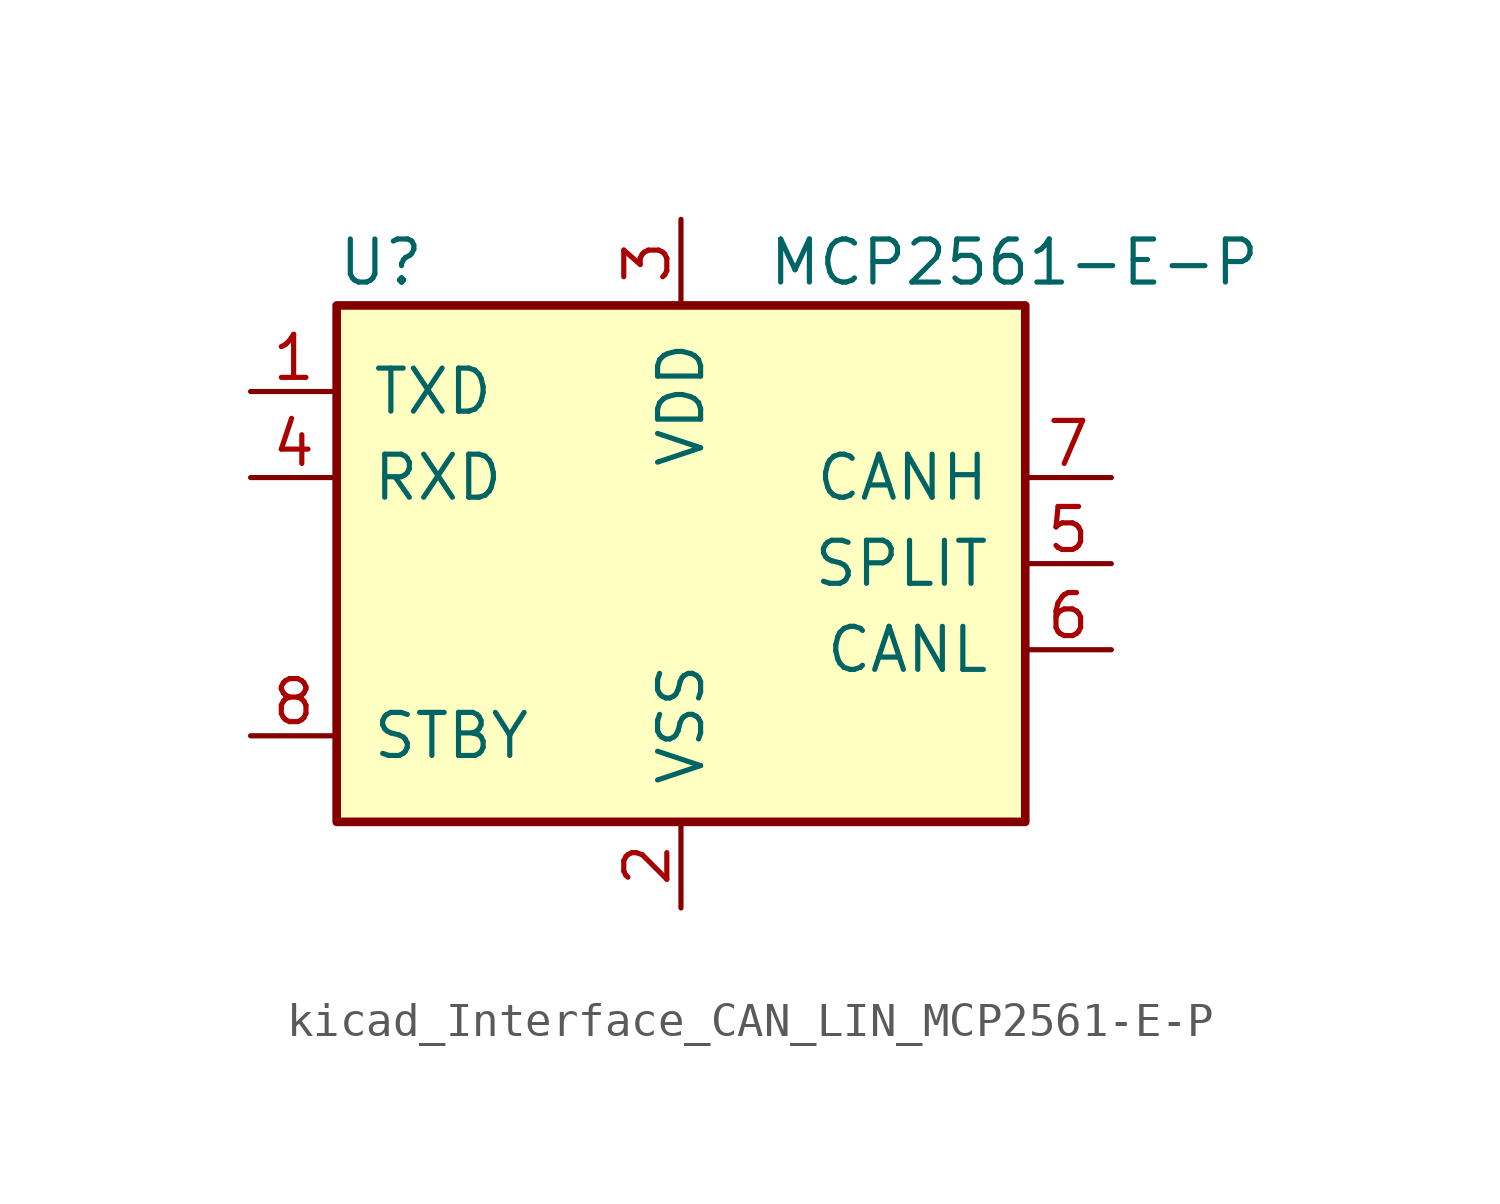
<source format=kicad_sym>
(kicad_symbol_lib
  (version 20220914)
  (generator kicad_symbol_editor)
  (symbol "kicad_Interface_CAN_LIN_MCP2561-E-P"
    (pin_names
      (offset 1.016))
    (property "Reference" "U"
      (at -10.16 8.89 0)
      (effects (font (size 1.27 1.27)) (justify left)))
    (property "Value" "MCP2561-E-P"
      (at 2.54 8.89 0)
      (effects (font (size 1.27 1.27)) (justify left)))
    (symbol "kicad_Interface_CAN_LIN_MCP2561-E-P_0_1"
      (rectangle (start -10.16 7.62) (end 10.16 -7.62) (stroke (width 0.254) (type default)) (fill (type background))))
    (symbol "kicad_Interface_CAN_LIN_MCP2561-E-P_1_1"
      (pin input line (at -12.7 5.08 0) (length 2.54) (name "TXD" (effects (font (size 1.27 1.27)))) (number "1" (effects (font (size 1.27 1.27)))))
      (pin power_in line (at 0 -10.16 90) (length 2.54) (name "VSS" (effects (font (size 1.27 1.27)))) (number "2" (effects (font (size 1.27 1.27)))))
      (pin power_in line (at 0 10.16 270) (length 2.54) (name "VDD" (effects (font (size 1.27 1.27)))) (number "3" (effects (font (size 1.27 1.27)))))
      (pin output line (at -12.7 2.54 0) (length 2.54) (name "RXD" (effects (font (size 1.27 1.27)))) (number "4" (effects (font (size 1.27 1.27)))))
      (pin passive line (at 12.7 0 180) (length 2.54) (name "SPLIT" (effects (font (size 1.27 1.27)))) (number "5" (effects (font (size 1.27 1.27)))))
      (pin bidirectional line (at 12.7 -2.54 180) (length 2.54) (name "CANL" (effects (font (size 1.27 1.27)))) (number "6" (effects (font (size 1.27 1.27)))))
      (pin bidirectional line (at 12.7 2.54 180) (length 2.54) (name "CANH" (effects (font (size 1.27 1.27)))) (number "7" (effects (font (size 1.27 1.27)))))
      (pin input line (at -12.7 -5.08 0) (length 2.54) (name "STBY" (effects (font (size 1.27 1.27)))) (number "8" (effects (font (size 1.27 1.27))))))))
</source>
